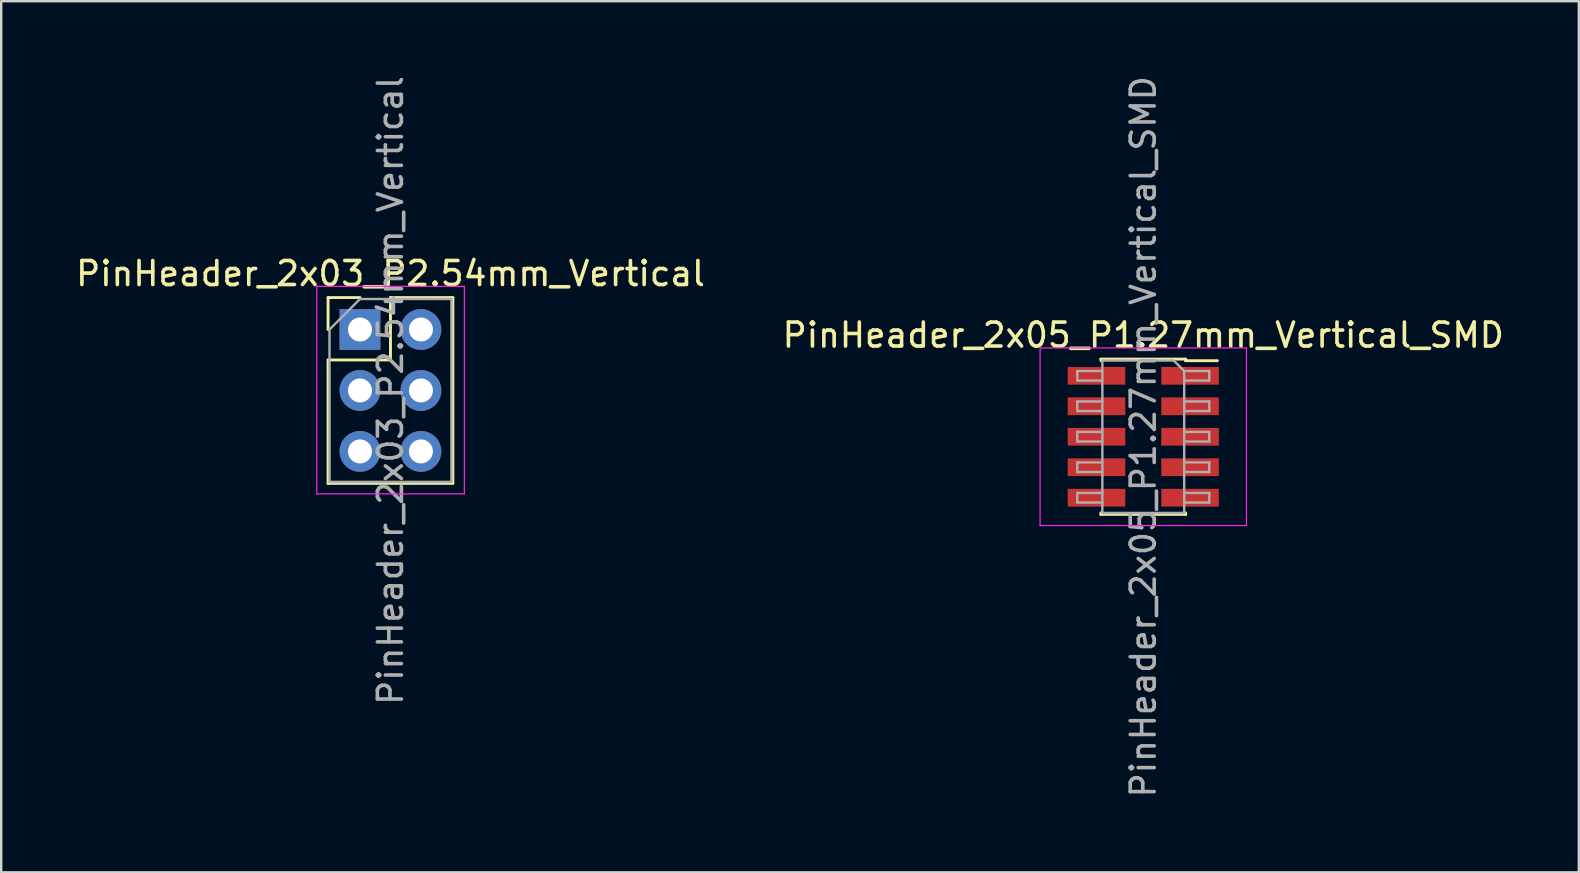
<source format=kicad_pcb>
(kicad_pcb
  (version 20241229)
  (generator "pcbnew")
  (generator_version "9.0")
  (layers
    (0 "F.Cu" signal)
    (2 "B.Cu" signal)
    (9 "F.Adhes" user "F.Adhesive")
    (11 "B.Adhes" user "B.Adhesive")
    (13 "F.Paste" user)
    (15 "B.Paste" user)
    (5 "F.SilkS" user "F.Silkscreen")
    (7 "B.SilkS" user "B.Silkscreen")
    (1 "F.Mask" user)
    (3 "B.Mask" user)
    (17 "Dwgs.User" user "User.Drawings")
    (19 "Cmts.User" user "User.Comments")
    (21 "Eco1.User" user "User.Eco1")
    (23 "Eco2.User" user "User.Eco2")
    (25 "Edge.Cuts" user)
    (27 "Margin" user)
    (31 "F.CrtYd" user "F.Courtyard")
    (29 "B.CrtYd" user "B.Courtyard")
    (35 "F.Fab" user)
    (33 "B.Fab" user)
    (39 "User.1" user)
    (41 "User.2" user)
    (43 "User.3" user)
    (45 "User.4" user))
  (footprint "PinHeader_2x03_P2.54mm_Vertical"
    (layer "F.Cu")
    (at 13.22 13.22)
    (property "Reference" "PinHeader_2x03_P2.54mm_Vertical" (at 0 -4.87 0) (layer "F.SilkS") (effects (font (size 1 1) (thickness 0.15))))
    (attr through_hole)
    (fp_line (start -2.6 -3.87) (end -1.27 -3.87) (stroke (width 0.12) (type solid)) (layer "F.SilkS"))
    (fp_line (start -2.6 -2.54) (end -2.6 -3.87) (stroke (width 0.12) (type solid)) (layer "F.SilkS"))
    (fp_line (start -2.6 -1.27) (end -2.6 3.87) (stroke (width 0.12) (type solid)) (layer "F.SilkS"))
    (fp_line (start -2.6 -1.27) (end 0 -1.27) (stroke (width 0.12) (type solid)) (layer "F.SilkS"))
    (fp_line (start -2.6 3.87) (end 2.6 3.87) (stroke (width 0.12) (type solid)) (layer "F.SilkS"))
    (fp_line (start 0 -3.87) (end 2.6 -3.87) (stroke (width 0.12) (type solid)) (layer "F.SilkS"))
    (fp_line (start 0 -1.27) (end 0 -3.87) (stroke (width 0.12) (type solid)) (layer "F.SilkS"))
    (fp_line (start 2.6 -3.87) (end 2.6 3.87) (stroke (width 0.12) (type solid)) (layer "F.SilkS"))
    (fp_line (start -3.07 -4.34) (end -3.07 4.31) (stroke (width 0.05) (type solid)) (layer "F.CrtYd"))
    (fp_line (start -3.07 4.31) (end 3.08 4.31) (stroke (width 0.05) (type solid)) (layer "F.CrtYd"))
    (fp_line (start 3.08 -4.34) (end -3.07 -4.34) (stroke (width 0.05) (type solid)) (layer "F.CrtYd"))
    (fp_line (start 3.08 4.31) (end 3.08 -4.34) (stroke (width 0.05) (type solid)) (layer "F.CrtYd"))
    (fp_line (start -2.54 -2.54) (end -1.27 -3.81) (stroke (width 0.1) (type solid)) (layer "F.Fab"))
    (fp_line (start -2.54 3.81) (end -2.54 -2.54) (stroke (width 0.1) (type solid)) (layer "F.Fab"))
    (fp_line (start -1.27 -3.81) (end 2.54 -3.81) (stroke (width 0.1) (type solid)) (layer "F.Fab"))
    (fp_line (start 2.54 -3.81) (end 2.54 3.81) (stroke (width 0.1) (type solid)) (layer "F.Fab"))
    (fp_line (start 2.54 3.81) (end -2.54 3.81) (stroke (width 0.1) (type solid)) (layer "F.Fab"))
    (fp_text user "${REFERENCE}" (at 0 0 90) (layer "F.Fab") (effects (font (size 1 1) (thickness 0.15))))
    (pad "1" thru_hole rect (at -1.27 -2.54) (size 1.7 1.7) (drill 1) (layers "*.Cu" "*.Mask"))
    (pad "2" thru_hole oval (at 1.27 -2.54) (size 1.7 1.7) (drill 1) (layers "*.Cu" "*.Mask"))
    (pad "3" thru_hole oval (at -1.27 0) (size 1.7 1.7) (drill 1) (layers "*.Cu" "*.Mask"))
    (pad "4" thru_hole oval (at 1.27 0) (size 1.7 1.7) (drill 1) (layers "*.Cu" "*.Mask"))
    (pad "5" thru_hole oval (at -1.27 2.54) (size 1.7 1.7) (drill 1) (layers "*.Cu" "*.Mask"))
    (pad "6" thru_hole oval (at 1.27 2.54) (size 1.7 1.7) (drill 1) (layers "*.Cu" "*.Mask")))
  (footprint "PinHeader_2x05_P1.27mm_Vertical_SMD"
    (layer "F.Cu")
    (at 44.589 15.149)
    (property "Reference" "PinHeader_2x05_P1.27mm_Vertical_SMD" (at 0 -4.235 0) (layer "F.SilkS") (effects (font (size 1 1) (thickness 0.15))))
    (attr smd)
    (fp_line (start -1.765 -3.235) (end -1.765 -3.17) (stroke (width 0.12) (type solid)) (layer "F.SilkS"))
    (fp_line (start -1.765 3.17) (end -1.765 3.235) (stroke (width 0.12) (type solid)) (layer "F.SilkS"))
    (fp_line (start 1.765 -3.235) (end -1.765 -3.235) (stroke (width 0.12) (type solid)) (layer "F.SilkS"))
    (fp_line (start 1.765 -3.235) (end 1.765 -3.17) (stroke (width 0.12) (type solid)) (layer "F.SilkS"))
    (fp_line (start 1.765 3.17) (end 1.765 3.235) (stroke (width 0.12) (type solid)) (layer "F.SilkS"))
    (fp_line (start 1.765 3.235) (end -1.765 3.235) (stroke (width 0.12) (type solid)) (layer "F.SilkS"))
    (fp_line (start 3.09 -3.17) (end 1.765 -3.17) (stroke (width 0.12) (type solid)) (layer "F.SilkS"))
    (fp_line (start -4.3 -3.7) (end 4.3 -3.7) (stroke (width 0.05) (type solid)) (layer "F.CrtYd"))
    (fp_line (start -4.3 3.7) (end -4.3 -3.7) (stroke (width 0.05) (type solid)) (layer "F.CrtYd"))
    (fp_line (start 4.3 -3.7) (end 4.3 3.7) (stroke (width 0.05) (type solid)) (layer "F.CrtYd"))
    (fp_line (start 4.3 3.7) (end -4.3 3.7) (stroke (width 0.05) (type solid)) (layer "F.CrtYd"))
    (fp_line (start -2.75 -2.74) (end -2.75 -2.34) (stroke (width 0.1) (type solid)) (layer "F.Fab"))
    (fp_line (start -2.75 -2.34) (end -1.705 -2.34) (stroke (width 0.1) (type solid)) (layer "F.Fab"))
    (fp_line (start -2.75 -1.47) (end -2.75 -1.07) (stroke (width 0.1) (type solid)) (layer "F.Fab"))
    (fp_line (start -2.75 -1.07) (end -1.705 -1.07) (stroke (width 0.1) (type solid)) (layer "F.Fab"))
    (fp_line (start -2.75 -0.2) (end -2.75 0.2) (stroke (width 0.1) (type solid)) (layer "F.Fab"))
    (fp_line (start -2.75 0.2) (end -1.705 0.2) (stroke (width 0.1) (type solid)) (layer "F.Fab"))
    (fp_line (start -2.75 1.07) (end -2.75 1.47) (stroke (width 0.1) (type solid)) (layer "F.Fab"))
    (fp_line (start -2.75 1.47) (end -1.705 1.47) (stroke (width 0.1) (type solid)) (layer "F.Fab"))
    (fp_line (start -2.75 2.34) (end -2.75 2.74) (stroke (width 0.1) (type solid)) (layer "F.Fab"))
    (fp_line (start -2.75 2.74) (end -1.705 2.74) (stroke (width 0.1) (type solid)) (layer "F.Fab"))
    (fp_line (start -1.705 -3.175) (end -1.705 3.175) (stroke (width 0.1) (type solid)) (layer "F.Fab"))
    (fp_line (start -1.705 -2.74) (end -2.75 -2.74) (stroke (width 0.1) (type solid)) (layer "F.Fab"))
    (fp_line (start -1.705 -1.47) (end -2.75 -1.47) (stroke (width 0.1) (type solid)) (layer "F.Fab"))
    (fp_line (start -1.705 -0.2) (end -2.75 -0.2) (stroke (width 0.1) (type solid)) (layer "F.Fab"))
    (fp_line (start -1.705 1.07) (end -2.75 1.07) (stroke (width 0.1) (type solid)) (layer "F.Fab"))
    (fp_line (start -1.705 2.34) (end -2.75 2.34) (stroke (width 0.1) (type solid)) (layer "F.Fab"))
    (fp_line (start -1.705 3.175) (end 1.705 3.175) (stroke (width 0.1) (type solid)) (layer "F.Fab"))
    (fp_line (start 1.27 -3.175) (end -1.705 -3.175) (stroke (width 0.1) (type solid)) (layer "F.Fab"))
    (fp_line (start 1.705 -2.74) (end 1.27 -3.175) (stroke (width 0.1) (type solid)) (layer "F.Fab"))
    (fp_line (start 1.705 -2.74) (end 2.75 -2.74) (stroke (width 0.1) (type solid)) (layer "F.Fab"))
    (fp_line (start 1.705 -1.47) (end 2.75 -1.47) (stroke (width 0.1) (type solid)) (layer "F.Fab"))
    (fp_line (start 1.705 -0.2) (end 2.75 -0.2) (stroke (width 0.1) (type solid)) (layer "F.Fab"))
    (fp_line (start 1.705 1.07) (end 2.75 1.07) (stroke (width 0.1) (type solid)) (layer "F.Fab"))
    (fp_line (start 1.705 2.34) (end 2.75 2.34) (stroke (width 0.1) (type solid)) (layer "F.Fab"))
    (fp_line (start 1.705 3.175) (end 1.705 -2.74) (stroke (width 0.1) (type solid)) (layer "F.Fab"))
    (fp_line (start 2.75 -2.74) (end 2.75 -2.34) (stroke (width 0.1) (type solid)) (layer "F.Fab"))
    (fp_line (start 2.75 -2.34) (end 1.705 -2.34) (stroke (width 0.1) (type solid)) (layer "F.Fab"))
    (fp_line (start 2.75 -1.47) (end 2.75 -1.07) (stroke (width 0.1) (type solid)) (layer "F.Fab"))
    (fp_line (start 2.75 -1.07) (end 1.705 -1.07) (stroke (width 0.1) (type solid)) (layer "F.Fab"))
    (fp_line (start 2.75 -0.2) (end 2.75 0.2) (stroke (width 0.1) (type solid)) (layer "F.Fab"))
    (fp_line (start 2.75 0.2) (end 1.705 0.2) (stroke (width 0.1) (type solid)) (layer "F.Fab"))
    (fp_line (start 2.75 1.07) (end 2.75 1.47) (stroke (width 0.1) (type solid)) (layer "F.Fab"))
    (fp_line (start 2.75 1.47) (end 1.705 1.47) (stroke (width 0.1) (type solid)) (layer "F.Fab"))
    (fp_line (start 2.75 2.34) (end 2.75 2.74) (stroke (width 0.1) (type solid)) (layer "F.Fab"))
    (fp_line (start 2.75 2.74) (end 1.705 2.74) (stroke (width 0.1) (type solid)) (layer "F.Fab"))
    (fp_text user "${REFERENCE}" (at 0 0 90) (layer "F.Fab") (effects (font (size 1 1) (thickness 0.15))))
    (pad "1" smd rect (at 1.95 -2.54) (size 2.4 0.74) (layers "F.Cu" "F.Mask" "F.Paste"))
    (pad "2" smd rect (at -1.95 -2.54) (size 2.4 0.74) (layers "F.Cu" "F.Mask" "F.Paste"))
    (pad "3" smd rect (at 1.95 -1.27) (size 2.4 0.74) (layers "F.Cu" "F.Mask" "F.Paste"))
    (pad "4" smd rect (at -1.95 -1.27) (size 2.4 0.74) (layers "F.Cu" "F.Mask" "F.Paste"))
    (pad "5" smd rect (at 1.95 0) (size 2.4 0.74) (layers "F.Cu" "F.Mask" "F.Paste"))
    (pad "6" smd rect (at -1.95 0) (size 2.4 0.74) (layers "F.Cu" "F.Mask" "F.Paste"))
    (pad "7" smd rect (at 1.95 1.27) (size 2.4 0.74) (layers "F.Cu" "F.Mask" "F.Paste"))
    (pad "8" smd rect (at -1.95 1.27) (size 2.4 0.74) (layers "F.Cu" "F.Mask" "F.Paste"))
    (pad "9" smd rect (at 1.95 2.54) (size 2.4 0.74) (layers "F.Cu" "F.Mask" "F.Paste"))
    (pad "10" smd rect (at -1.95 2.54) (size 2.4 0.74) (layers "F.Cu" "F.Mask" "F.Paste")))
  (gr_rect
    (start -3 -3)
    (end 62.738 33.298)
    (stroke (width 0.1) (type default))
    (fill no)
    (layer "Edge.Cuts")))
</source>
